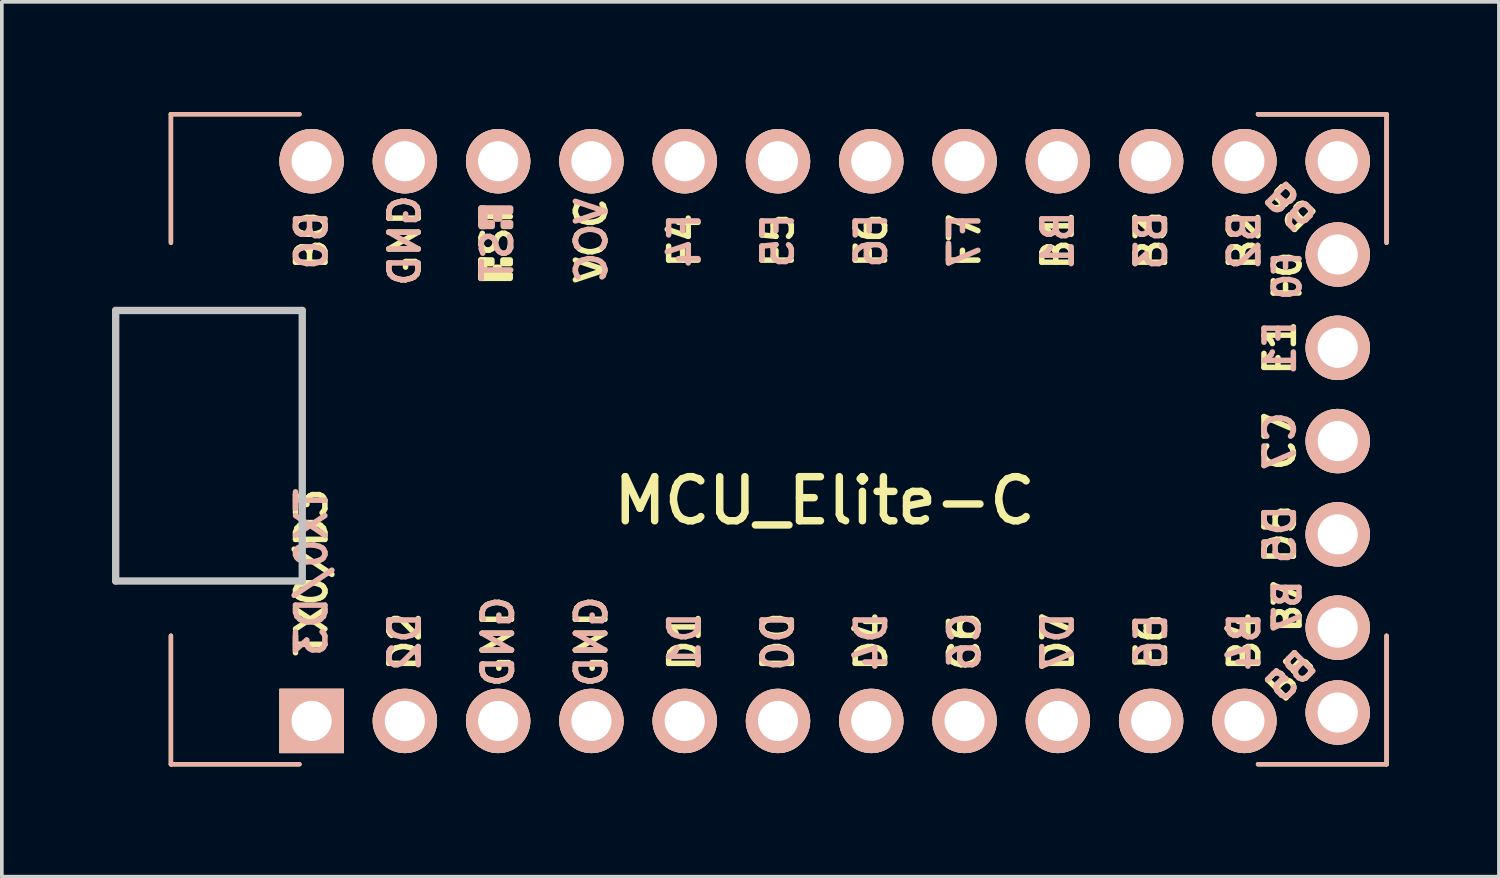
<source format=kicad_pcb>
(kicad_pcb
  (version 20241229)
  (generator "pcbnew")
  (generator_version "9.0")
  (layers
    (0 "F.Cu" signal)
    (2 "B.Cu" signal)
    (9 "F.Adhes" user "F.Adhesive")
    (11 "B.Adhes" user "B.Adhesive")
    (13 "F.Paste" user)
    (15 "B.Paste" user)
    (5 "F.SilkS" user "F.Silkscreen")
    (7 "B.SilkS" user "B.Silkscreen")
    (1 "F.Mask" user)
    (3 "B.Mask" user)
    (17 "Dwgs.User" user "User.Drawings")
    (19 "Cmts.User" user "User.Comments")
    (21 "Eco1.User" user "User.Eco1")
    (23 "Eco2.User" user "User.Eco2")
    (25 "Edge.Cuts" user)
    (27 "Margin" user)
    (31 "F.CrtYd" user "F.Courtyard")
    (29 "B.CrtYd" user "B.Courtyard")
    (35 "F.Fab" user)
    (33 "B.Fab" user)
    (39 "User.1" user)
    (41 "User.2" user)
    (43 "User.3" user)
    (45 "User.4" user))
  (footprint "MCU_Elite-C"
    (layer "F.Cu")
    (at 19.404 8.96)
    (property "Reference" "MCU_Elite-C" (at 0 1.625 180) (layer "F.SilkS") (effects (font (size 1.2 1.2) (thickness 0.203))))
    (attr through_hole)
    (fp_line (start -17.8 -8.9) (end -17.8 -5.4) (stroke (width 0.12) (type solid)) (layer "F.SilkS"))
    (fp_line (start -17.8 -8.9) (end -14.3 -8.9) (stroke (width 0.12) (type solid)) (layer "F.SilkS"))
    (fp_line (start -17.8 8.8) (end -17.8 5.3) (stroke (width 0.12) (type solid)) (layer "F.SilkS"))
    (fp_line (start -17.8 8.8) (end -14.3 8.8) (stroke (width 0.12) (type solid)) (layer "F.SilkS"))
    (fp_line (start 11.8 -8.9) (end 15.3 -8.9) (stroke (width 0.12) (type solid)) (layer "F.SilkS"))
    (fp_line (start 15.3 -8.9) (end 11.8 -8.9) (stroke (width 0.12) (type solid)) (layer "F.SilkS"))
    (fp_line (start 15.3 -8.9) (end 15.3 -5.4) (stroke (width 0.12) (type solid)) (layer "F.SilkS"))
    (fp_line (start 15.3 8.8) (end 11.8 8.8) (stroke (width 0.12) (type solid)) (layer "F.SilkS"))
    (fp_line (start 15.3 8.8) (end 15.3 5.3) (stroke (width 0.12) (type solid)) (layer "F.SilkS"))
    (fp_poly (pts (xy -9.361 -4.932) (xy -9.261 -4.932) (xy -9.261 -4.432) (xy -9.361 -4.432)) (stroke (width 0.15) (type solid)) (fill yes) (layer "F.SilkS"))
    (fp_poly (pts (xy -9.361 -4.932) (xy -9.061 -4.932) (xy -9.061 -4.832) (xy -9.361 -4.832)) (stroke (width 0.15) (type solid)) (fill yes) (layer "F.SilkS"))
    (fp_poly (pts (xy -9.361 -4.532) (xy -8.561 -4.532) (xy -8.561 -4.432) (xy -9.361 -4.432)) (stroke (width 0.15) (type solid)) (fill yes) (layer "F.SilkS"))
    (fp_poly (pts (xy -8.961 -4.732) (xy -8.861 -4.732) (xy -8.861 -4.632) (xy -8.961 -4.632)) (stroke (width 0.15) (type solid)) (fill yes) (layer "F.SilkS"))
    (fp_poly (pts (xy -8.761 -4.932) (xy -8.561 -4.932) (xy -8.561 -4.832) (xy -8.761 -4.832)) (stroke (width 0.15) (type solid)) (fill yes) (layer "F.SilkS"))
    (fp_line (start -17.8 -8.9) (end -17.8 -5.4) (stroke (width 0.12) (type solid)) (layer "B.SilkS"))
    (fp_line (start -17.8 -8.9) (end -14.3 -8.9) (stroke (width 0.12) (type solid)) (layer "B.SilkS"))
    (fp_line (start -17.8 5.3) (end -17.8 8.8) (stroke (width 0.12) (type solid)) (layer "B.SilkS"))
    (fp_line (start -17.8 8.8) (end -14.3 8.8) (stroke (width 0.12) (type solid)) (layer "B.SilkS"))
    (fp_line (start 11.8 -8.9) (end 15.3 -8.9) (stroke (width 0.12) (type solid)) (layer "B.SilkS"))
    (fp_line (start 11.8 8.8) (end 15.3 8.8) (stroke (width 0.12) (type solid)) (layer "B.SilkS"))
    (fp_line (start 15.3 -8.9) (end 15.3 -5.4) (stroke (width 0.12) (type solid)) (layer "B.SilkS"))
    (fp_line (start 15.3 8.8) (end 15.3 5.3) (stroke (width 0.12) (type solid)) (layer "B.SilkS"))
    (fp_poly (pts (xy -9.351 -6.245) (xy -8.551 -6.245) (xy -8.551 -6.345) (xy -9.351 -6.345)) (stroke (width 0.15) (type solid)) (fill yes) (layer "B.SilkS"))
    (fp_poly (pts (xy -9.351 -5.845) (xy -9.251 -5.845) (xy -9.251 -6.345) (xy -9.351 -6.345)) (stroke (width 0.15) (type solid)) (fill yes) (layer "B.SilkS"))
    (fp_poly (pts (xy -9.351 -5.845) (xy -9.051 -5.845) (xy -9.051 -5.945) (xy -9.351 -5.945)) (stroke (width 0.15) (type solid)) (fill yes) (layer "B.SilkS"))
    (fp_poly (pts (xy -8.951 -6.045) (xy -8.851 -6.045) (xy -8.851 -6.145) (xy -8.951 -6.145)) (stroke (width 0.15) (type solid)) (fill yes) (layer "B.SilkS"))
    (fp_poly (pts (xy -8.751 -5.845) (xy -8.551 -5.845) (xy -8.551 -5.945) (xy -8.751 -5.945)) (stroke (width 0.15) (type solid)) (fill yes) (layer "B.SilkS"))
    (fp_line (start -19.304 -3.556) (end -14.224 -3.556) (stroke (width 0.2) (type solid)) (layer "Dwgs.User"))
    (fp_line (start -19.304 3.81) (end -19.304 -3.556) (stroke (width 0.2) (type solid)) (layer "Dwgs.User"))
    (fp_line (start -14.224 -3.556) (end -14.224 3.81) (stroke (width 0.2) (type solid)) (layer "Dwgs.User"))
    (fp_line (start -14.224 3.81) (end -19.304 3.81) (stroke (width 0.2) (type solid)) (layer "Dwgs.User"))
    (fp_text user "D2" (at -11.43 5.461 90) (layer "F.SilkS") (effects (font (size 0.8 0.8) (thickness 0.15))))
    (fp_text user "D7" (at 6.35 5.461 90) (layer "F.SilkS") (effects (font (size 0.8 0.8) (thickness 0.15))))
    (fp_text user "B0" (at -13.97 -5.461 90) (layer "F.SilkS") (effects (font (size 0.8 0.8) (thickness 0.15))))
    (fp_text user "F7" (at 3.81 -5.461 90) (layer "F.SilkS") (effects (font (size 0.8 0.8) (thickness 0.15))))
    (fp_text user "GND" (at -8.89 5.461 90) (layer "F.SilkS") (effects (font (size 0.8 0.8) (thickness 0.15))))
    (fp_text user "B5" (at 12.7 6.4 225) (layer "F.SilkS") (effects (font (size 0.7 0.7) (thickness 0.15))))
    (fp_text user "C7" (at 12.4 0 90) (layer "F.SilkS") (effects (font (size 0.8 0.8) (thickness 0.15))))
    (fp_text user "B4" (at 11.43 5.461 90) (layer "F.SilkS") (effects (font (size 0.8 0.8) (thickness 0.15))))
    (fp_text user "B2" (at 11.43 -5.461 90) (layer "F.SilkS") (effects (font (size 0.8 0.8) (thickness 0.15))))
    (fp_text user "F5" (at -1.27 -5.461 90) (layer "F.SilkS") (effects (font (size 0.8 0.8) (thickness 0.15))))
    (fp_text user "C6" (at 3.81 5.461 90) (layer "F.SilkS") (effects (font (size 0.8 0.8) (thickness 0.15))))
    (fp_text user "F0" (at 12.6 -4.5 90) (layer "F.SilkS") (effects (font (size 0.7 0.7) (thickness 0.15))))
    (fp_text user "D5" (at 12.4 2.54 90) (layer "F.SilkS") (effects (font (size 0.8 0.8) (thickness 0.15))))
    (fp_text user "TX0/D3" (at -13.97 3.572 90) (layer "F.SilkS") (effects (font (size 0.8 0.8) (thickness 0.15))))
    (fp_text user "B7" (at 12.6 4.5 90) (layer "F.SilkS") (effects (font (size 0.7 0.7) (thickness 0.15))))
    (fp_text user "F6" (at 1.27 -5.461 90) (layer "F.SilkS") (effects (font (size 0.8 0.8) (thickness 0.15))))
    (fp_text user "GND" (at -6.35 5.461 90) (layer "F.SilkS") (effects (font (size 0.8 0.8) (thickness 0.15))))
    (fp_text user "B1" (at 6.35 -5.461 90) (layer "F.SilkS") (effects (font (size 0.8 0.8) (thickness 0.15))))
    (fp_text user "F4" (at -3.81 -5.461 90) (layer "F.SilkS") (effects (font (size 0.8 0.8) (thickness 0.15))))
    (fp_text user "GND" (at -11.43 -5.461 90) (layer "F.SilkS") (effects (font (size 0.8 0.8) (thickness 0.15))))
    (fp_text user "E6" (at 8.89 5.461 90) (layer "F.SilkS") (effects (font (size 0.8 0.8) (thickness 0.15))))
    (fp_text user "B6" (at 12.7 -6.4 135) (unlocked yes) (layer "F.SilkS") (effects (font (size 0.7 0.7) (thickness 0.15))))
    (fp_text user "D1" (at -3.81 5.461 90) (layer "F.SilkS") (effects (font (size 0.8 0.8) (thickness 0.15))))
    (fp_text user "ST" (at -8.92 -5.733 90) (layer "F.SilkS") (effects (font (size 0.8 0.8) (thickness 0.15))))
    (fp_text user "F1" (at 12.4 -2.54 90) (layer "F.SilkS") (effects (font (size 0.8 0.8) (thickness 0.15))))
    (fp_text user "VCC" (at -6.35 -5.461 90) (layer "F.SilkS") (effects (font (size 0.8 0.8) (thickness 0.15))))
    (fp_text user "D0" (at -1.27 5.461 90) (layer "F.SilkS") (effects (font (size 0.8 0.8) (thickness 0.15))))
    (fp_text user "D4" (at 1.27 5.461 90) (layer "F.SilkS") (effects (font (size 0.8 0.8) (thickness 0.15))))
    (fp_text user "B3" (at 8.89 -5.461 90) (layer "F.SilkS") (effects (font (size 0.8 0.8) (thickness 0.15))))
    (fp_text user "B5" (at 12.7 6.4 225) (layer "B.SilkS") (effects (font (size 0.7 0.7) (thickness 0.15)) (justify mirror)))
    (fp_text user "GND" (at -6.35 5.461 90) (layer "B.SilkS") (effects (font (size 0.8 0.8) (thickness 0.15)) (justify mirror)))
    (fp_text user "TX0/D3" (at -13.97 3.572 90) (layer "B.SilkS") (effects (font (size 0.8 0.8) (thickness 0.15)) (justify mirror)))
    (fp_text user "F0" (at 12.6 -4.5 90) (layer "B.SilkS") (effects (font (size 0.7 0.7) (thickness 0.15)) (justify mirror)))
    (fp_text user "VCC" (at -6.35 -5.461 90) (layer "B.SilkS") (effects (font (size 0.8 0.8) (thickness 0.15)) (justify mirror)))
    (fp_text user "B0" (at -13.97 -5.461 90) (layer "B.SilkS") (effects (font (size 0.8 0.8) (thickness 0.15)) (justify mirror)))
    (fp_text user "D1" (at -3.81 5.461 90) (layer "B.SilkS") (effects (font (size 0.8 0.8) (thickness 0.15)) (justify mirror)))
    (fp_text user "F4" (at -3.81 -5.461 90) (layer "B.SilkS") (effects (font (size 0.8 0.8) (thickness 0.15)) (justify mirror)))
    (fp_text user "E6" (at 8.89 5.461 90) (layer "B.SilkS") (effects (font (size 0.8 0.8) (thickness 0.15)) (justify mirror)))
    (fp_text user "F7" (at 3.81 -5.461 90) (layer "B.SilkS") (effects (font (size 0.8 0.8) (thickness 0.15)) (justify mirror)))
    (fp_text user "D7" (at 6.35 5.461 90) (layer "B.SilkS") (effects (font (size 0.8 0.8) (thickness 0.15)) (justify mirror)))
    (fp_text user "C7" (at 12.4 0 90) (layer "B.SilkS") (effects (font (size 0.8 0.8) (thickness 0.15)) (justify mirror)))
    (fp_text user "F6" (at 1.27 -5.461 90) (layer "B.SilkS") (effects (font (size 0.8 0.8) (thickness 0.15)) (justify mirror)))
    (fp_text user "GND" (at -11.43 -5.461 90) (layer "B.SilkS") (effects (font (size 0.8 0.8) (thickness 0.15)) (justify mirror)))
    (fp_text user "F1" (at 12.4 -2.54 90) (layer "B.SilkS") (effects (font (size 0.8 0.8) (thickness 0.15)) (justify mirror)))
    (fp_text user "GND" (at -8.89 5.461 90) (layer "B.SilkS") (effects (font (size 0.8 0.8) (thickness 0.15)) (justify mirror)))
    (fp_text user "D0" (at -1.27 5.461 90) (layer "B.SilkS") (effects (font (size 0.8 0.8) (thickness 0.15)) (justify mirror)))
    (fp_text user "B1" (at 6.35 -5.461 90) (layer "B.SilkS") (effects (font (size 0.8 0.8) (thickness 0.15)) (justify mirror)))
    (fp_text user "D4" (at 1.27 5.461 90) (layer "B.SilkS") (effects (font (size 0.8 0.8) (thickness 0.15)) (justify mirror)))
    (fp_text user "B3" (at 8.89 -5.461 90) (layer "B.SilkS") (effects (font (size 0.8 0.8) (thickness 0.15)) (justify mirror)))
    (fp_text user "C6" (at 3.81 5.461 90) (layer "B.SilkS") (effects (font (size 0.8 0.8) (thickness 0.15)) (justify mirror)))
    (fp_text user "D5" (at 12.4 2.54 90) (layer "B.SilkS") (effects (font (size 0.8 0.8) (thickness 0.15)) (justify mirror)))
    (fp_text user "ST" (at -8.91 -5.04 90) (layer "B.SilkS") (effects (font (size 0.8 0.8) (thickness 0.15)) (justify mirror)))
    (fp_text user "B2" (at 11.43 -5.461 90) (layer "B.SilkS") (effects (font (size 0.8 0.8) (thickness 0.15)) (justify mirror)))
    (fp_text user "F5" (at -1.27 -5.461 90) (layer "B.SilkS") (effects (font (size 0.8 0.8) (thickness 0.15)) (justify mirror)))
    (fp_text user "B4" (at 11.43 5.461 90) (layer "B.SilkS") (effects (font (size 0.8 0.8) (thickness 0.15)) (justify mirror)))
    (fp_text user "B6" (at 12.7 -6.4 135) (unlocked yes) (layer "B.SilkS") (effects (font (size 0.7 0.7) (thickness 0.15)) (justify mirror)))
    (fp_text user "D2" (at -11.43 5.461 90) (layer "B.SilkS") (effects (font (size 0.8 0.8) (thickness 0.15)) (justify mirror)))
    (fp_text user "B7" (at 12.6 4.5 90) (layer "B.SilkS") (effects (font (size 0.7 0.7) (thickness 0.15)) (justify mirror)))
    (pad "1" thru_hole rect (at -13.97 7.62) (size 1.753 1.753) (drill 1.092) (layers "*.Cu" "*.SilkS" "*.Mask"))
    (pad "2" thru_hole circle (at -11.43 7.62) (size 1.753 1.753) (drill 1.092) (layers "*.Cu" "*.SilkS" "*.Mask"))
    (pad "3" thru_hole circle (at -8.89 7.62) (size 1.753 1.753) (drill 1.092) (layers "*.Cu" "*.SilkS" "*.Mask"))
    (pad "4" thru_hole circle (at -6.35 7.62) (size 1.753 1.753) (drill 1.092) (layers "*.Cu" "*.SilkS" "*.Mask"))
    (pad "5" thru_hole circle (at -3.81 7.62) (size 1.753 1.753) (drill 1.092) (layers "*.Cu" "*.SilkS" "*.Mask"))
    (pad "6" thru_hole circle (at -1.27 7.62) (size 1.753 1.753) (drill 1.092) (layers "*.Cu" "*.SilkS" "*.Mask"))
    (pad "7" thru_hole circle (at 1.27 7.62) (size 1.753 1.753) (drill 1.092) (layers "*.Cu" "*.SilkS" "*.Mask"))
    (pad "8" thru_hole circle (at 3.81 7.62) (size 1.753 1.753) (drill 1.092) (layers "*.Cu" "*.SilkS" "*.Mask"))
    (pad "9" thru_hole circle (at 6.35 7.62) (size 1.753 1.753) (drill 1.092) (layers "*.Cu" "*.SilkS" "*.Mask"))
    (pad "10" thru_hole circle (at 8.89 7.62) (size 1.753 1.753) (drill 1.092) (layers "*.Cu" "*.SilkS" "*.Mask"))
    (pad "11" thru_hole circle (at 11.43 7.62) (size 1.753 1.753) (drill 1.092) (layers "*.Cu" "*.SilkS" "*.Mask"))
    (pad "12" thru_hole circle (at 13.97 7.391) (size 1.753 1.753) (drill 1.092) (layers "*.Cu" "*.SilkS" "*.Mask"))
    (pad "13" thru_hole circle (at 13.97 -7.62) (size 1.753 1.753) (drill 1.092) (layers "*.Cu" "*.SilkS" "*.Mask"))
    (pad "14" thru_hole circle (at 11.43 -7.62) (size 1.753 1.753) (drill 1.092) (layers "*.Cu" "*.SilkS" "*.Mask"))
    (pad "15" thru_hole circle (at 8.89 -7.62) (size 1.753 1.753) (drill 1.092) (layers "*.Cu" "*.SilkS" "*.Mask"))
    (pad "16" thru_hole circle (at 6.35 -7.62) (size 1.753 1.753) (drill 1.092) (layers "*.Cu" "*.SilkS" "*.Mask"))
    (pad "17" thru_hole circle (at 3.81 -7.62) (size 1.753 1.753) (drill 1.092) (layers "*.Cu" "*.SilkS" "*.Mask"))
    (pad "18" thru_hole circle (at 1.27 -7.62) (size 1.753 1.753) (drill 1.092) (layers "*.Cu" "*.SilkS" "*.Mask"))
    (pad "19" thru_hole circle (at -1.27 -7.62) (size 1.753 1.753) (drill 1.092) (layers "*.Cu" "*.SilkS" "*.Mask"))
    (pad "20" thru_hole circle (at -3.81 -7.62) (size 1.753 1.753) (drill 1.092) (layers "*.Cu" "*.SilkS" "*.Mask"))
    (pad "21" thru_hole circle (at -6.35 -7.62) (size 1.753 1.753) (drill 1.092) (layers "*.Cu" "*.SilkS" "*.Mask"))
    (pad "22" thru_hole circle (at -8.89 -7.62) (size 1.753 1.753) (drill 1.092) (layers "*.Cu" "*.SilkS" "*.Mask"))
    (pad "23" thru_hole circle (at -11.43 -7.62) (size 1.753 1.753) (drill 1.092) (layers "*.Cu" "*.SilkS" "*.Mask"))
    (pad "24" thru_hole circle (at -13.97 -7.62) (size 1.753 1.753) (drill 1.092) (layers "*.Cu" "*.SilkS" "*.Mask"))
    (pad "25" thru_hole circle (at 13.97 5.08) (size 1.753 1.753) (drill 1.092) (layers "*.Cu" "*.SilkS" "*.Mask"))
    (pad "26" thru_hole circle (at 13.97 2.54) (size 1.753 1.753) (drill 1.092) (layers "*.Cu" "*.SilkS" "*.Mask"))
    (pad "27" thru_hole circle (at 13.97 0) (size 1.753 1.753) (drill 1.092) (layers "*.Cu" "*.SilkS" "*.Mask"))
    (pad "28" thru_hole circle (at 13.97 -2.54) (size 1.753 1.753) (drill 1.092) (layers "*.Cu" "*.SilkS" "*.Mask"))
    (pad "29" thru_hole circle (at 13.97 -5.08) (size 1.753 1.753) (drill 1.092) (layers "*.Cu" "*.SilkS" "*.Mask")))
  (gr_rect
    (start -3 -3)
    (end 37.764 20.82)
    (stroke (width 0.1) (type default))
    (fill no)
    (layer "Edge.Cuts")))
</source>
